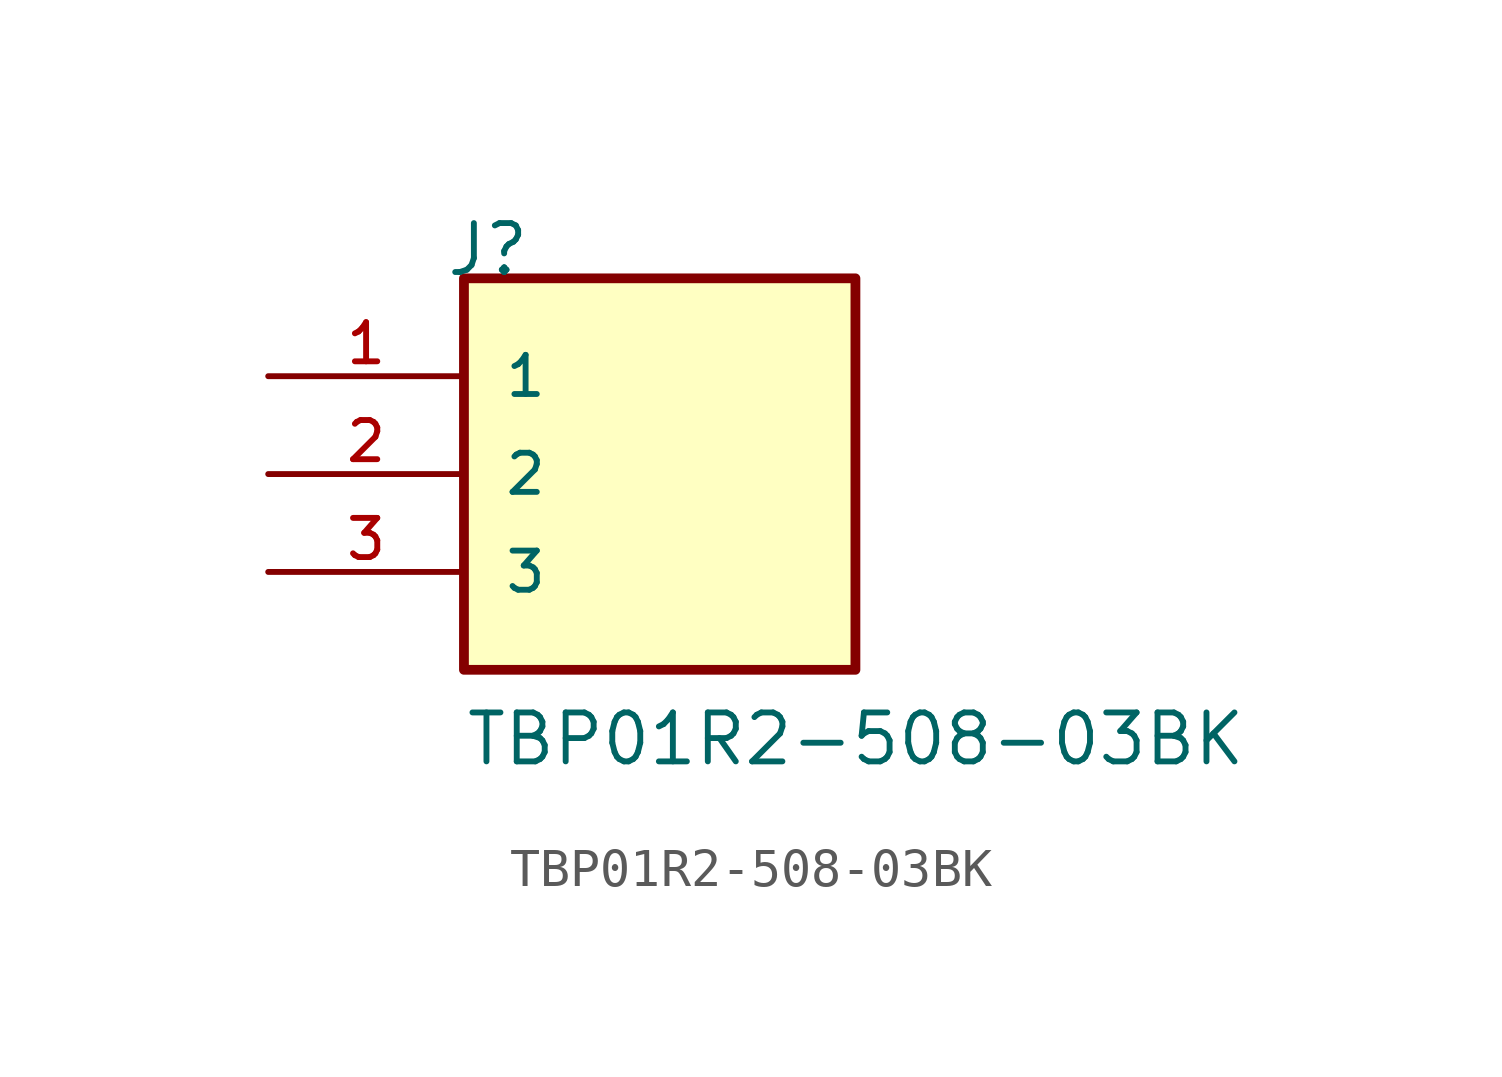
<source format=kicad_sym>
(kicad_symbol_lib
  (version 20220914)
  (generator kicad_symbol_editor)
  (symbol "TBP01R2-508-03BK"
    (pin_names
      (offset 1.016))
    (property "Reference" "J"
      (at -5.588 5.08 0)
      (effects (font (size 1.27 1.27)) (justify left bottom)))
    (property "Value" "TBP01R2-508-03BK"
      (at -5.08 -7.62 0)
      (effects (font (size 1.27 1.27)) (justify left bottom)))
    (property "ki_locked" ""
      (at 0 0 0)
      (effects (font (size 1.27 1.27))))
    (symbol "TBP01R2-508-03BK_0_0"
      (rectangle (start -5.08 -5.08) (end 5.08 5.08) (stroke (width 0.254) (type solid)) (fill (type background)))
      (pin passive line (at -10.16 2.54 0) (length 5.08) (name "1" (effects (font (size 1.016 1.016)))) (number "1" (effects (font (size 1.016 1.016)))))
      (pin passive line (at -10.16 0 0) (length 5.08) (name "2" (effects (font (size 1.016 1.016)))) (number "2" (effects (font (size 1.016 1.016)))))
      (pin passive line (at -10.16 -2.54 0) (length 5.08) (name "3" (effects (font (size 1.016 1.016)))) (number "3" (effects (font (size 1.016 1.016))))))))
</source>
